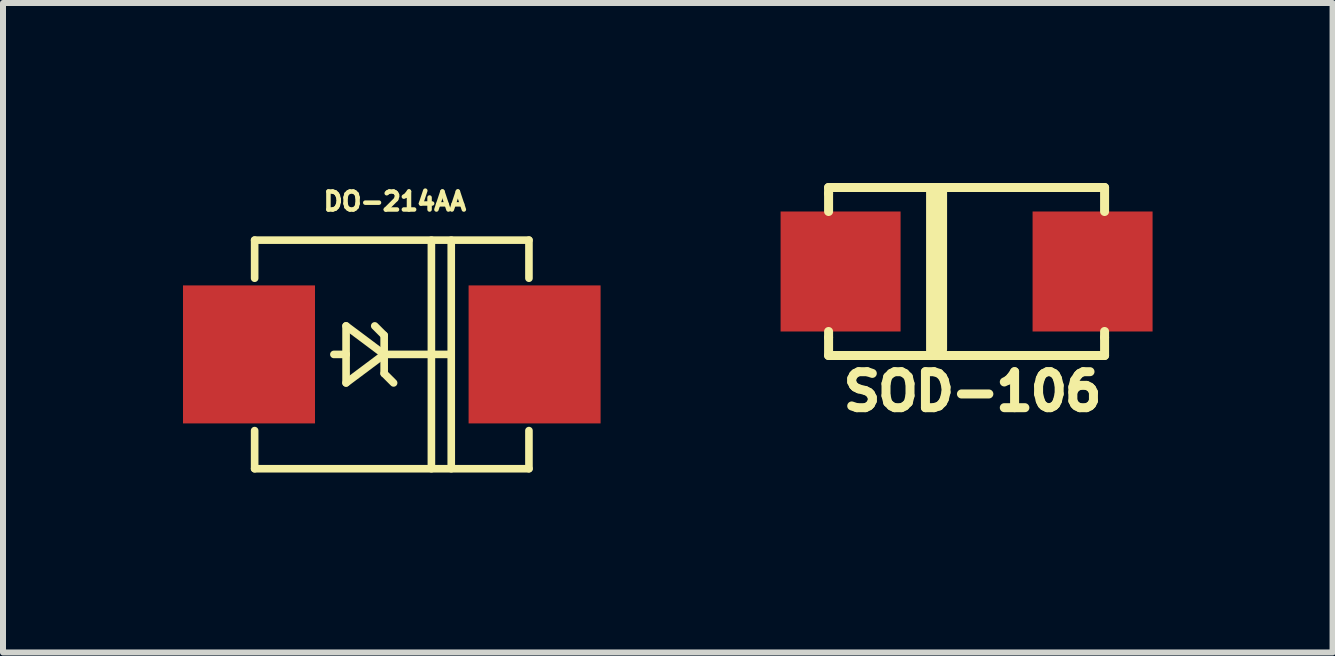
<source format=kicad_pcb>
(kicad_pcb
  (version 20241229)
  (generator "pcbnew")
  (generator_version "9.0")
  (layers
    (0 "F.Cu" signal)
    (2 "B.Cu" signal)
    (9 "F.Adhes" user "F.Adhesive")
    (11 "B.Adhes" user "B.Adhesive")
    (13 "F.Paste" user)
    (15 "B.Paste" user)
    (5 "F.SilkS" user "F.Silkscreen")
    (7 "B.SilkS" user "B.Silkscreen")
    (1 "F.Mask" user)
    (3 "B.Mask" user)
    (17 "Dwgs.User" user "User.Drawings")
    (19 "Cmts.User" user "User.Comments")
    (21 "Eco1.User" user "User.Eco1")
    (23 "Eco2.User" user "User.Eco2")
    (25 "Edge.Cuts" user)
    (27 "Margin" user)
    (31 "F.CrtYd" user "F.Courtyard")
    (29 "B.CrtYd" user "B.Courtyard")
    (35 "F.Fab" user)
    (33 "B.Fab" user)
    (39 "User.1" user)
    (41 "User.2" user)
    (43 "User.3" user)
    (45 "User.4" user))
  (footprint "DO-214AA"
    (layer "F.Cu")
    (at 3.48 2.857)
    (property "Reference" "DO-214AA" (at 0.051 -2.55 0) (layer "F.SilkS") (effects (font (size 0.3 0.3) (thickness 0.076))))
    (attr smd)
    (fp_line (start -2.286 -1.905) (end 2.286 -1.905) (stroke (width 0.127) (type solid)) (layer "F.SilkS"))
    (fp_line (start -2.286 -1.27) (end -2.286 -1.905) (stroke (width 0.127) (type solid)) (layer "F.SilkS"))
    (fp_line (start -2.286 1.27) (end -2.286 1.905) (stroke (width 0.127) (type solid)) (layer "F.SilkS"))
    (fp_line (start -2.286 1.905) (end 2.286 1.905) (stroke (width 0.127) (type solid)) (layer "F.SilkS"))
    (fp_line (start -0.762 -0.475) (end -0.762 0) (stroke (width 0.127) (type solid)) (layer "F.SilkS"))
    (fp_line (start -0.762 0) (end -0.965 0) (stroke (width 0.127) (type solid)) (layer "F.SilkS"))
    (fp_line (start -0.762 0) (end -0.762 0.475) (stroke (width 0.127) (type solid)) (layer "F.SilkS"))
    (fp_line (start -0.762 0.475) (end -0.127 0) (stroke (width 0.127) (type solid)) (layer "F.SilkS"))
    (fp_line (start -0.127 -0.318) (end -0.284 -0.475) (stroke (width 0.127) (type solid)) (layer "F.SilkS"))
    (fp_line (start -0.127 0) (end -0.762 -0.475) (stroke (width 0.127) (type solid)) (layer "F.SilkS"))
    (fp_line (start -0.127 0) (end -0.127 -0.318) (stroke (width 0.127) (type solid)) (layer "F.SilkS"))
    (fp_line (start -0.127 0) (end -0.127 0.318) (stroke (width 0.127) (type solid)) (layer "F.SilkS"))
    (fp_line (start -0.127 0) (end 0.983 0) (stroke (width 0.127) (type solid)) (layer "F.SilkS"))
    (fp_line (start -0.127 0.318) (end 0.03 0.475) (stroke (width 0.127) (type solid)) (layer "F.SilkS"))
    (fp_line (start 0.66 1.905) (end 0.66 -1.905) (stroke (width 0.127) (type solid)) (layer "F.SilkS"))
    (fp_line (start 0.991 1.905) (end 0.991 -1.905) (stroke (width 0.127) (type solid)) (layer "F.SilkS"))
    (fp_line (start 2.286 -1.905) (end 2.286 -1.27) (stroke (width 0.127) (type solid)) (layer "F.SilkS"))
    (fp_line (start 2.286 1.905) (end 2.286 1.27) (stroke (width 0.127) (type solid)) (layer "F.SilkS"))
    (pad "1" smd rect (at -2.38 0) (size 2.2 2.3) (layers "F.Cu" "F.Mask" "F.Paste"))
    (pad "2" smd rect (at 2.38 0) (size 2.2 2.3) (layers "F.Cu" "F.Mask" "F.Paste")))
  (footprint "SOD-106"
    (layer "F.Cu")
    (at 13.06 1.475)
    (property "Reference" "SOD-106" (at 0.1 2 0) (layer "F.SilkS") (effects (font (size 0.6 0.6) (thickness 0.15))))
    (attr through_hole)
    (fp_line (start -2.3 -1.4) (end 2.3 -1.4) (stroke (width 0.15) (type solid)) (layer "F.SilkS"))
    (fp_line (start -2.3 -1.3) (end -2.3 -1.4) (stroke (width 0.15) (type solid)) (layer "F.SilkS"))
    (fp_line (start -2.3 -1) (end -2.3 -1.3) (stroke (width 0.15) (type solid)) (layer "F.SilkS"))
    (fp_line (start -2.3 1.1) (end -2.3 1) (stroke (width 0.15) (type solid)) (layer "F.SilkS"))
    (fp_line (start -2.3 1.4) (end -2.3 1.1) (stroke (width 0.15) (type solid)) (layer "F.SilkS"))
    (fp_line (start -0.6 1.4) (end -0.6 -1.4) (stroke (width 0.15) (type solid)) (layer "F.SilkS"))
    (fp_line (start -0.5 -1.4) (end -0.5 1.4) (stroke (width 0.15) (type solid)) (layer "F.SilkS"))
    (fp_line (start -0.4 -1.4) (end -0.4 1.3) (stroke (width 0.15) (type solid)) (layer "F.SilkS"))
    (fp_line (start 2.3 -1.4) (end 2.3 -1) (stroke (width 0.15) (type solid)) (layer "F.SilkS"))
    (fp_line (start 2.3 1.1) (end 2.3 1) (stroke (width 0.15) (type solid)) (layer "F.SilkS"))
    (fp_line (start 2.3 1.1) (end 2.3 1.4) (stroke (width 0.15) (type solid)) (layer "F.SilkS"))
    (fp_line (start 2.3 1.4) (end -2.3 1.4) (stroke (width 0.15) (type solid)) (layer "F.SilkS"))
    (pad "1" smd rect (at -2.1 0) (size 2 2) (layers "F.Cu" "F.Mask" "F.Paste"))
    (pad "2" smd rect (at 2.1 0) (size 2 2) (layers "F.Cu" "F.Mask" "F.Paste")))
  (gr_rect
    (start -3 -3)
    (end 19.16 7.825)
    (stroke (width 0.1) (type default))
    (fill no)
    (layer "Edge.Cuts")))
</source>
